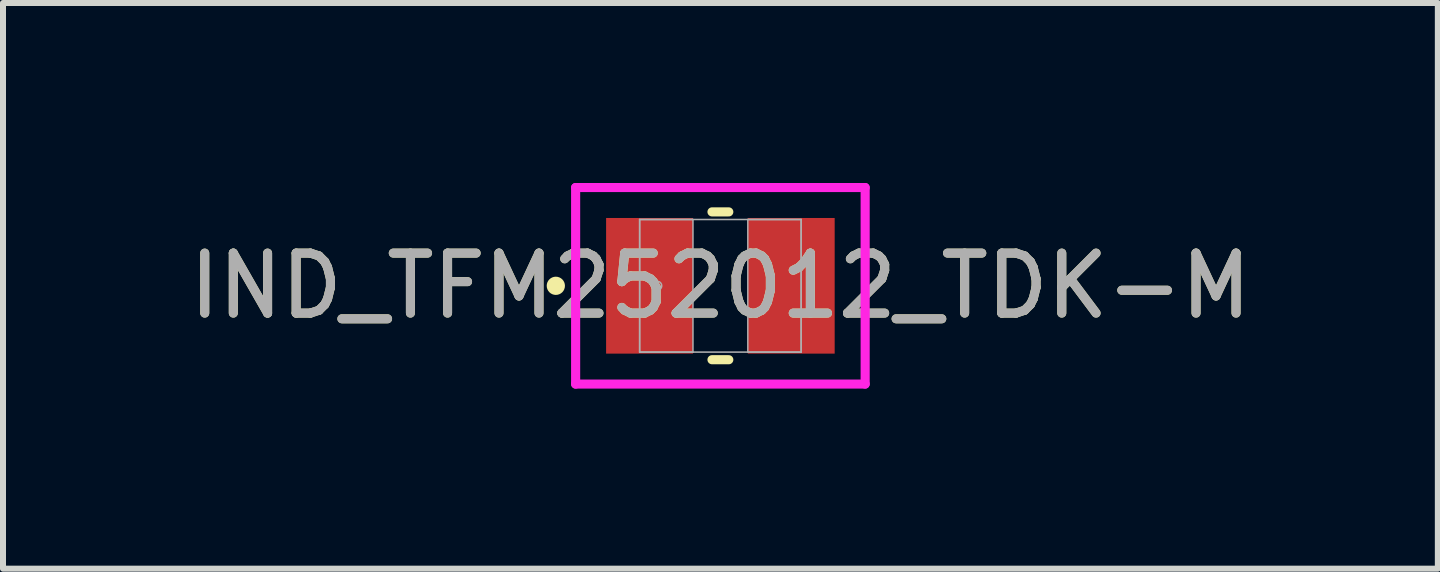
<source format=kicad_pcb>
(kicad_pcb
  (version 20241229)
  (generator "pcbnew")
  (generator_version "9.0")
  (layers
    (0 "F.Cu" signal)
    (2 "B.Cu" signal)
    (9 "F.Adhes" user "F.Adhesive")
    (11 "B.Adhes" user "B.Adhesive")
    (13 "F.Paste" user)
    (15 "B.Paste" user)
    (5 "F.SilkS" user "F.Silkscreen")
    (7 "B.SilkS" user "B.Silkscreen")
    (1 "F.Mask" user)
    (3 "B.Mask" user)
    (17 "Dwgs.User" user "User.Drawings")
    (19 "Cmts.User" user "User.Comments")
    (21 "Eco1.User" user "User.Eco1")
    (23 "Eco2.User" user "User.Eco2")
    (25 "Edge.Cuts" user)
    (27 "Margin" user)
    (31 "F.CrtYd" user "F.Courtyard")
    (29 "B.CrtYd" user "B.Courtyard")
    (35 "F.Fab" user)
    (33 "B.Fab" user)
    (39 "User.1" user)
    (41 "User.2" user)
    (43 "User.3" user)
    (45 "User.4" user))
  (footprint "IND_TFM252012_TDK-M"
    (layer "F.Cu")
    (at 8.958 1.714)
    (property "Reference" "IND_TFM252012_TDK-M" (at 0 0 0) (unlocked yes) (layer "F.SilkS") (effects (font (size 1 1) (thickness 0.15))))
    (attr smd)
    (fp_line (start -0.14 1.232) (end 0.14 1.232) (stroke (width 0.152) (type solid)) (layer "F.SilkS"))
    (fp_line (start 0.14 -1.232) (end -0.14 -1.232) (stroke (width 0.152) (type solid)) (layer "F.SilkS"))
    (fp_circle (center -2.743 0) (end -2.667 0) (stroke (width 0.152) (type solid)) (fill no) (layer "F.SilkS"))
    (fp_line (start -2.413 -1.638) (end 2.413 -1.638) (stroke (width 0.152) (type solid)) (layer "F.CrtYd"))
    (fp_line (start -2.413 1.638) (end -2.413 -1.638) (stroke (width 0.152) (type solid)) (layer "F.CrtYd"))
    (fp_line (start 2.413 -1.638) (end 2.413 1.638) (stroke (width 0.152) (type solid)) (layer "F.CrtYd"))
    (fp_line (start 2.413 1.638) (end -2.413 1.638) (stroke (width 0.152) (type solid)) (layer "F.CrtYd"))
    (fp_line (start -1.346 -1.105) (end -1.346 1.105) (stroke (width 0.025) (type solid)) (layer "F.Fab"))
    (fp_line (start -1.346 -1.105) (end -1.346 1.105) (stroke (width 0.025) (type solid)) (layer "F.Fab"))
    (fp_line (start -1.346 1.105) (end -0.457 1.105) (stroke (width 0.025) (type solid)) (layer "F.Fab"))
    (fp_line (start -1.346 1.105) (end 1.346 1.105) (stroke (width 0.025) (type solid)) (layer "F.Fab"))
    (fp_line (start -0.457 -1.105) (end -1.346 -1.105) (stroke (width 0.025) (type solid)) (layer "F.Fab"))
    (fp_line (start -0.457 1.105) (end -0.457 -1.105) (stroke (width 0.025) (type solid)) (layer "F.Fab"))
    (fp_line (start 0.457 -1.105) (end 0.457 1.105) (stroke (width 0.025) (type solid)) (layer "F.Fab"))
    (fp_line (start 0.457 1.105) (end 1.346 1.105) (stroke (width 0.025) (type solid)) (layer "F.Fab"))
    (fp_line (start 1.346 -1.105) (end -1.346 -1.105) (stroke (width 0.025) (type solid)) (layer "F.Fab"))
    (fp_line (start 1.346 -1.105) (end 0.457 -1.105) (stroke (width 0.025) (type solid)) (layer "F.Fab"))
    (fp_line (start 1.346 1.105) (end 1.346 -1.105) (stroke (width 0.025) (type solid)) (layer "F.Fab"))
    (fp_line (start 1.346 1.105) (end 1.346 -1.105) (stroke (width 0.025) (type solid)) (layer "F.Fab"))
    (fp_circle (center -1.054 0) (end -0.978 0) (stroke (width 0.025) (type solid)) (fill no) (layer "F.Fab"))
    (fp_text user "${REFERENCE}" (at 0 0 0) (unlocked yes) (layer "F.Fab") (effects (font (size 1 1) (thickness 0.15))))
    (pad "1" smd rect (at -1.181 0) (size 1.448 2.261) (layers "F.Cu" "F.Mask" "F.Paste"))
    (pad "2" smd rect (at 1.181 0) (size 1.448 2.261) (layers "F.Cu" "F.Mask" "F.Paste"))
    (zone (net_name "") (layer "F.Cu") (hatch full 0.508) (connect_pads) (min_thickness 0.254) (filled_areas_thickness no) (keepout (tracks not_allowed) (vias not_allowed) (pads allowed) (copperpour not_allowed) (footprints allowed)) (placement (enabled no)) (fill) (polygon (pts (xy 8.552 0.66) (xy 9.365 0.66) (xy 9.365 2.769) (xy 8.552 2.769)))))
  (gr_rect
    (start -3 -3)
    (end 20.917 6.429)
    (stroke (width 0.1) (type default))
    (fill no)
    (layer "Edge.Cuts")))
</source>
